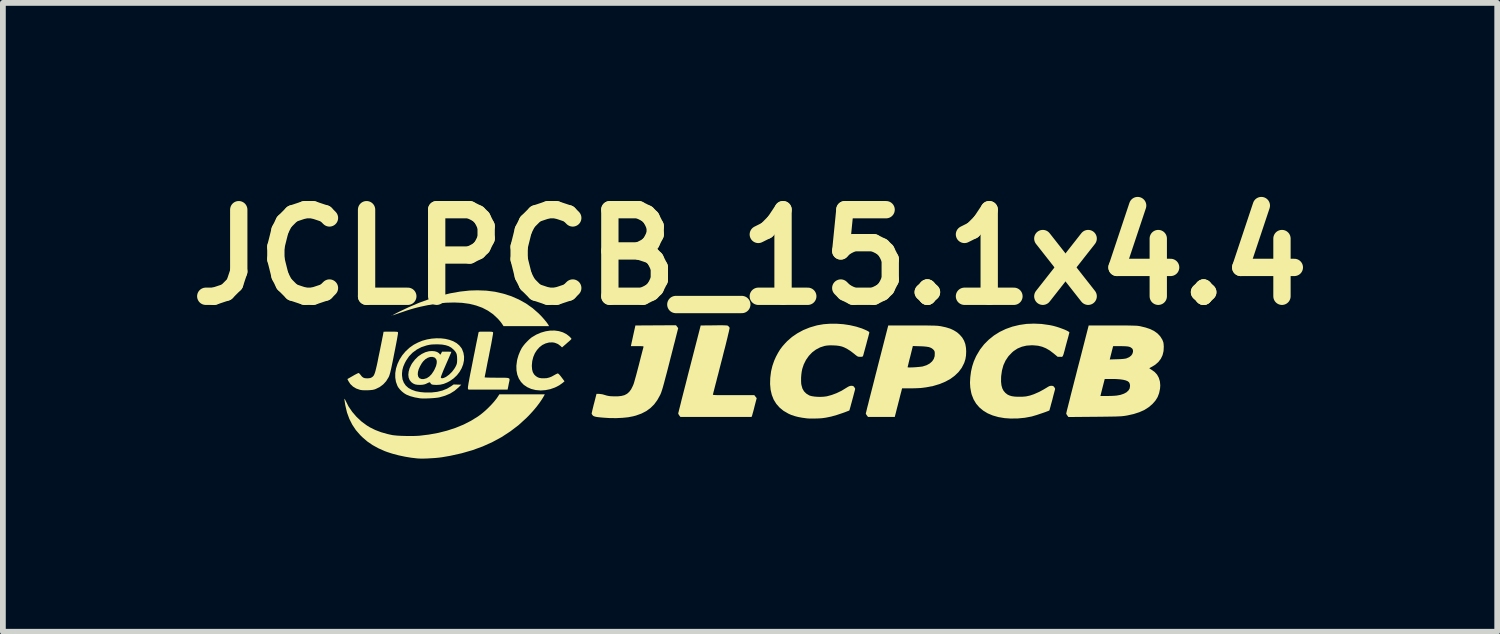
<source format=kicad_pcb>
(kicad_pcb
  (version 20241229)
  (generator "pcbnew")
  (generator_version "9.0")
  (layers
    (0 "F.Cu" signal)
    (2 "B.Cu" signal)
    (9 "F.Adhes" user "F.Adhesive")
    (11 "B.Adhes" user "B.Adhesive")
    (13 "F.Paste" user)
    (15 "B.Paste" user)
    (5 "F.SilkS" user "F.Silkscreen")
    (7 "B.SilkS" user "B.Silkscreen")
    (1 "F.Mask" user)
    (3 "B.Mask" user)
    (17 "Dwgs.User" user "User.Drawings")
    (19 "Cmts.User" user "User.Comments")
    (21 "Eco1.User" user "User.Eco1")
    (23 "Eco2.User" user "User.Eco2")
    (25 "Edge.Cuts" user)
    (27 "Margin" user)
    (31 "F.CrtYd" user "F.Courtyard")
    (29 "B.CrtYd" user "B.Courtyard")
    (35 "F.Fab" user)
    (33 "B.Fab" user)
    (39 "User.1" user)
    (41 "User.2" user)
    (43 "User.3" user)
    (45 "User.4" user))
  (footprint "JCLPCB_15.1x4.4"
    (layer "F.Cu")
    (at 9.943 3.404)
    (property "Reference" "JCLPCB_15.1x4.4" (at 0 -2 0) (layer "F.SilkS") (effects (font (size 1.5 1.5) (thickness 0.3))))
    (attr board_only exclude_from_pos_files exclude_from_bom)
    (fp_poly (pts (xy -6.2 -0.986) (xy -6.204 -0.982) (xy -6.208 -0.986) (xy -6.204 -0.99)) (stroke (width 0) (type solid)) (fill yes) (layer "F.SilkS"))
    (fp_poly (pts (xy -4.567 -1.419) (xy -4.418 -1.4) (xy -4.274 -1.367) (xy -4.136 -1.323) (xy -4.006 -1.266) (xy -3.883 -1.198) (xy -3.768 -1.117) (xy -3.665 -1.027) (xy -3.628 -0.99) (xy -3.59 -0.949) (xy -3.555 -0.908) (xy -3.524 -0.87) (xy -3.501 -0.838) (xy -3.495 -0.828) (xy -3.482 -0.805) (xy -3.876 -0.805) (xy -4.271 -0.805) (xy -4.297 -0.845) (xy -4.315 -0.87) (xy -4.339 -0.899) (xy -4.365 -0.929) (xy -4.374 -0.938) (xy -4.452 -1.011) (xy -4.54 -1.072) (xy -4.638 -1.123) (xy -4.746 -1.162) (xy -4.863 -1.191) (xy -4.989 -1.208) (xy -5.125 -1.214) (xy -5.269 -1.21) (xy -5.423 -1.194) (xy -5.586 -1.167) (xy -5.643 -1.155) (xy -5.704 -1.142) (xy -5.762 -1.128) (xy -5.82 -1.113) (xy -5.879 -1.096) (xy -5.943 -1.076) (xy -6.013 -1.052) (xy -6.093 -1.025) (xy -6.182 -0.994) (xy -6.192 -0.991) (xy -6.189 -0.994) (xy -6.175 -1.003) (xy -6.151 -1.017) (xy -6.117 -1.034) (xy -6.103 -1.042) (xy -5.916 -1.131) (xy -5.731 -1.21) (xy -5.548 -1.276) (xy -5.369 -1.331) (xy -5.193 -1.373) (xy -5.023 -1.403) (xy -4.858 -1.421) (xy -4.722 -1.425)) (stroke (width 0) (type solid)) (fill yes) (layer "F.SilkS"))
    (fp_poly (pts (xy -4.533 -0.709) (xy -4.5 -0.708) (xy -4.477 -0.707) (xy -4.463 -0.704) (xy -4.455 -0.701) (xy -4.452 -0.697) (xy -4.451 -0.687) (xy -4.454 -0.662) (xy -4.461 -0.623) (xy -4.47 -0.57) (xy -4.482 -0.503) (xy -4.498 -0.422) (xy -4.517 -0.328) (xy -4.521 -0.304) (xy -4.536 -0.231) (xy -4.55 -0.163) (xy -4.562 -0.1) (xy -4.573 -0.044) (xy -4.582 0.004) (xy -4.59 0.041) (xy -4.595 0.067) (xy -4.597 0.081) (xy -4.598 0.083) (xy -4.591 0.084) (xy -4.571 0.086) (xy -4.54 0.087) (xy -4.5 0.088) (xy -4.452 0.088) (xy -4.399 0.089) (xy -4.392 0.089) (xy -4.327 0.089) (xy -4.275 0.089) (xy -4.235 0.09) (xy -4.206 0.092) (xy -4.186 0.096) (xy -4.174 0.102) (xy -4.167 0.111) (xy -4.166 0.123) (xy -4.168 0.139) (xy -4.172 0.159) (xy -4.173 0.162) (xy -4.18 0.196) (xy -4.187 0.232) (xy -4.191 0.253) (xy -4.2 0.295) (xy -4.539 0.295) (xy -4.879 0.295) (xy -4.887 0.278) (xy -4.888 0.272) (xy -4.887 0.261) (xy -4.886 0.243) (xy -4.882 0.219) (xy -4.877 0.186) (xy -4.869 0.144) (xy -4.86 0.093) (xy -4.848 0.03) (xy -4.833 -0.044) (xy -4.816 -0.131) (xy -4.801 -0.207) (xy -4.785 -0.289) (xy -4.769 -0.366) (xy -4.755 -0.439) (xy -4.742 -0.504) (xy -4.73 -0.562) (xy -4.72 -0.611) (xy -4.712 -0.65) (xy -4.707 -0.677) (xy -4.704 -0.691) (xy -4.703 -0.692) (xy -4.702 -0.699) (xy -4.698 -0.703) (xy -4.69 -0.706) (xy -4.676 -0.708) (xy -4.653 -0.709) (xy -4.62 -0.709) (xy -4.579 -0.709)) (stroke (width 0) (type solid)) (fill yes) (layer "F.SilkS"))
    (fp_poly (pts (xy -0.468 -0.819) (xy -0.438 -0.818) (xy -0.416 -0.817) (xy -0.401 -0.816) (xy -0.391 -0.814) (xy -0.384 -0.811) (xy -0.379 -0.807) (xy -0.376 -0.804) (xy -0.362 -0.789) (xy -0.354 -0.775) (xy -0.355 -0.766) (xy -0.36 -0.743) (xy -0.367 -0.709) (xy -0.378 -0.665) (xy -0.39 -0.612) (xy -0.405 -0.552) (xy -0.421 -0.486) (xy -0.439 -0.415) (xy -0.448 -0.383) (xy -0.478 -0.262) (xy -0.506 -0.155) (xy -0.53 -0.061) (xy -0.551 0.022) (xy -0.57 0.093) (xy -0.585 0.154) (xy -0.599 0.206) (xy -0.61 0.249) (xy -0.619 0.284) (xy -0.626 0.313) (xy -0.632 0.334) (xy -0.636 0.351) (xy -0.639 0.363) (xy -0.641 0.371) (xy -0.643 0.376) (xy -0.643 0.379) (xy -0.644 0.381) (xy -0.641 0.384) (xy -0.636 0.386) (xy -0.626 0.388) (xy -0.609 0.389) (xy -0.586 0.39) (xy -0.554 0.391) (xy -0.513 0.391) (xy -0.461 0.391) (xy -0.398 0.391) (xy -0.321 0.391) (xy -0.287 0.391) (xy 0.074 0.391) (xy 0.094 0.417) (xy 0.115 0.443) (xy 0.077 0.589) (xy 0.066 0.634) (xy 0.055 0.675) (xy 0.045 0.71) (xy 0.038 0.736) (xy 0.034 0.75) (xy 0.033 0.752) (xy 0.026 0.768) (xy -0.59 0.768) (xy -1.207 0.768) (xy -1.226 0.743) (xy -1.237 0.726) (xy -1.244 0.711) (xy -1.244 0.708) (xy -1.243 0.7) (xy -1.237 0.678) (xy -1.229 0.644) (xy -1.217 0.598) (xy -1.203 0.542) (xy -1.187 0.476) (xy -1.168 0.402) (xy -1.147 0.32) (xy -1.124 0.231) (xy -1.1 0.137) (xy -1.075 0.037) (xy -1.05 -0.059) (xy -0.855 -0.816) (xy -0.624 -0.818) (xy -0.56 -0.819) (xy -0.508 -0.819)) (stroke (width 0) (type solid)) (fill yes) (layer "F.SilkS"))
    (fp_poly (pts (xy -3.311 -0.718) (xy -3.242 -0.697) (xy -3.18 -0.665) (xy -3.131 -0.627) (xy -3.112 -0.608) (xy -3.098 -0.592) (xy -3.093 -0.583) (xy -3.093 -0.583) (xy -3.099 -0.576) (xy -3.114 -0.561) (xy -3.136 -0.541) (xy -3.164 -0.517) (xy -3.176 -0.506) (xy -3.257 -0.436) (xy -3.283 -0.461) (xy -3.329 -0.495) (xy -3.381 -0.516) (xy -3.42 -0.523) (xy -3.482 -0.521) (xy -3.542 -0.505) (xy -3.598 -0.478) (xy -3.648 -0.439) (xy -3.691 -0.391) (xy -3.728 -0.334) (xy -3.755 -0.27) (xy -3.773 -0.2) (xy -3.78 -0.125) (xy -3.78 -0.114) (xy -3.776 -0.057) (xy -3.764 -0.009) (xy -3.742 0.03) (xy -3.719 0.054) (xy -3.689 0.076) (xy -3.656 0.091) (xy -3.616 0.098) (xy -3.575 0.099) (xy -3.526 0.097) (xy -3.482 0.087) (xy -3.438 0.07) (xy -3.391 0.044) (xy -3.366 0.03) (xy -3.345 0.02) (xy -3.331 0.015) (xy -3.329 0.015) (xy -3.319 0.021) (xy -3.301 0.038) (xy -3.278 0.066) (xy -3.265 0.083) (xy -3.214 0.151) (xy -3.243 0.176) (xy -3.307 0.222) (xy -3.38 0.259) (xy -3.46 0.287) (xy -3.543 0.304) (xy -3.627 0.31) (xy -3.709 0.303) (xy -3.713 0.303) (xy -3.792 0.283) (xy -3.861 0.252) (xy -3.92 0.212) (xy -3.968 0.162) (xy -4.006 0.103) (xy -4.032 0.037) (xy -4.046 -0.037) (xy -4.048 -0.118) (xy -4.037 -0.204) (xy -4.032 -0.229) (xy -4.011 -0.301) (xy -3.982 -0.372) (xy -3.954 -0.426) (xy -3.931 -0.459) (xy -3.9 -0.498) (xy -3.864 -0.536) (xy -3.827 -0.573) (xy -3.793 -0.602) (xy -3.778 -0.613) (xy -3.702 -0.658) (xy -3.623 -0.692) (xy -3.542 -0.715) (xy -3.463 -0.727) (xy -3.385 -0.728)) (stroke (width 0) (type solid)) (fill yes) (layer "F.SilkS"))
    (fp_poly (pts (xy -3.568 0.401) (xy -3.603 0.46) (xy -3.648 0.526) (xy -3.701 0.596) (xy -3.762 0.668) (xy -3.828 0.74) (xy -3.879 0.791) (xy -4.011 0.911) (xy -4.153 1.019) (xy -4.303 1.117) (xy -4.462 1.203) (xy -4.63 1.279) (xy -4.808 1.344) (xy -4.996 1.398) (xy -5.194 1.442) (xy -5.339 1.467) (xy -5.394 1.474) (xy -5.457 1.48) (xy -5.522 1.484) (xy -5.589 1.488) (xy -5.652 1.49) (xy -5.708 1.49) (xy -5.754 1.488) (xy -5.765 1.487) (xy -5.87 1.475) (xy -5.978 1.457) (xy -6.086 1.434) (xy -6.189 1.407) (xy -6.283 1.377) (xy -6.329 1.36) (xy -6.439 1.311) (xy -6.537 1.257) (xy -6.627 1.196) (xy -6.71 1.125) (xy -6.751 1.085) (xy -6.828 0.997) (xy -6.891 0.902) (xy -6.942 0.801) (xy -6.982 0.692) (xy -7.01 0.573) (xy -7.013 0.558) (xy -7.02 0.512) (xy -7.025 0.48) (xy -7.026 0.461) (xy -7.025 0.454) (xy -7.02 0.459) (xy -7.012 0.475) (xy -7.006 0.487) (xy -6.956 0.586) (xy -6.892 0.68) (xy -6.817 0.767) (xy -6.733 0.846) (xy -6.64 0.915) (xy -6.585 0.949) (xy -6.494 0.994) (xy -6.392 1.033) (xy -6.283 1.064) (xy -6.197 1.083) (xy -6.156 1.088) (xy -6.103 1.093) (xy -6.042 1.096) (xy -5.976 1.098) (xy -5.908 1.099) (xy -5.841 1.099) (xy -5.779 1.097) (xy -5.726 1.094) (xy -5.562 1.074) (xy -5.403 1.045) (xy -5.249 1.006) (xy -5.102 0.958) (xy -4.963 0.901) (xy -4.834 0.835) (xy -4.716 0.762) (xy -4.675 0.733) (xy -4.613 0.683) (xy -4.55 0.626) (xy -4.49 0.566) (xy -4.435 0.505) (xy -4.389 0.447) (xy -4.364 0.41) (xy -4.343 0.377) (xy -3.949 0.377) (xy -3.556 0.377)) (stroke (width 0) (type solid)) (fill yes) (layer "F.SilkS"))
    (fp_poly (pts (xy -6.181 -0.709) (xy -6.147 -0.708) (xy -6.125 -0.707) (xy -6.11 -0.705) (xy -6.102 -0.701) (xy -6.099 -0.697) (xy -6.098 -0.687) (xy -6.101 -0.662) (xy -6.108 -0.622) (xy -6.117 -0.569) (xy -6.13 -0.501) (xy -6.146 -0.418) (xy -6.164 -0.329) (xy -6.18 -0.247) (xy -6.194 -0.178) (xy -6.206 -0.12) (xy -6.216 -0.073) (xy -6.225 -0.035) (xy -6.232 -0.004) (xy -6.239 0.02) (xy -6.245 0.04) (xy -6.251 0.057) (xy -6.257 0.072) (xy -6.264 0.085) (xy -6.304 0.15) (xy -6.355 0.205) (xy -6.416 0.251) (xy -6.486 0.285) (xy -6.509 0.293) (xy -6.54 0.3) (xy -6.581 0.304) (xy -6.628 0.307) (xy -6.675 0.307) (xy -6.718 0.305) (xy -6.752 0.3) (xy -6.757 0.299) (xy -6.823 0.276) (xy -6.879 0.242) (xy -6.925 0.198) (xy -6.958 0.147) (xy -6.975 0.112) (xy -6.884 0.06) (xy -6.851 0.041) (xy -6.821 0.025) (xy -6.798 0.014) (xy -6.784 0.008) (xy -6.782 0.007) (xy -6.771 0.013) (xy -6.757 0.028) (xy -6.748 0.039) (xy -6.724 0.069) (xy -6.701 0.087) (xy -6.673 0.097) (xy -6.636 0.1) (xy -6.633 0.1) (xy -6.6 0.098) (xy -6.577 0.094) (xy -6.557 0.085) (xy -6.554 0.083) (xy -6.542 0.075) (xy -6.532 0.066) (xy -6.522 0.055) (xy -6.513 0.04) (xy -6.505 0.021) (xy -6.496 -0.004) (xy -6.487 -0.036) (xy -6.477 -0.077) (xy -6.465 -0.127) (xy -6.452 -0.187) (xy -6.438 -0.26) (xy -6.42 -0.346) (xy -6.418 -0.355) (xy -6.404 -0.425) (xy -6.391 -0.49) (xy -6.379 -0.549) (xy -6.369 -0.601) (xy -6.36 -0.644) (xy -6.354 -0.677) (xy -6.35 -0.698) (xy -6.348 -0.707) (xy -6.348 -0.707) (xy -6.341 -0.707) (xy -6.322 -0.708) (xy -6.293 -0.709) (xy -6.256 -0.709) (xy -6.227 -0.709)) (stroke (width 0) (type solid)) (fill yes) (layer "F.SilkS"))
    (fp_poly (pts (xy -1.264 -0.795) (xy -1.245 -0.769) (xy -1.288 -0.601) (xy -1.303 -0.54) (xy -1.321 -0.473) (xy -1.338 -0.404) (xy -1.355 -0.339) (xy -1.369 -0.283) (xy -1.37 -0.281) (xy -1.397 -0.174) (xy -1.421 -0.08) (xy -1.442 0.001) (xy -1.461 0.072) (xy -1.477 0.132) (xy -1.49 0.182) (xy -1.502 0.225) (xy -1.512 0.261) (xy -1.521 0.29) (xy -1.529 0.315) (xy -1.536 0.335) (xy -1.542 0.353) (xy -1.549 0.369) (xy -1.555 0.383) (xy -1.558 0.389) (xy -1.606 0.476) (xy -1.661 0.551) (xy -1.726 0.615) (xy -1.799 0.668) (xy -1.883 0.711) (xy -1.978 0.745) (xy -2.024 0.757) (xy -2.111 0.774) (xy -2.21 0.784) (xy -2.318 0.789) (xy -2.433 0.788) (xy -2.528 0.782) (xy -2.587 0.777) (xy -2.634 0.772) (xy -2.668 0.767) (xy -2.694 0.76) (xy -2.712 0.753) (xy -2.724 0.743) (xy -2.727 0.74) (xy -2.738 0.724) (xy -2.744 0.71) (xy -2.744 0.709) (xy -2.742 0.699) (xy -2.737 0.677) (xy -2.73 0.645) (xy -2.72 0.605) (xy -2.709 0.559) (xy -2.702 0.534) (xy -2.66 0.369) (xy -2.615 0.369) (xy -2.559 0.376) (xy -2.514 0.389) (xy -2.485 0.398) (xy -2.456 0.404) (xy -2.422 0.409) (xy -2.379 0.411) (xy -2.369 0.412) (xy -2.293 0.412) (xy -2.229 0.405) (xy -2.175 0.391) (xy -2.13 0.367) (xy -2.093 0.334) (xy -2.06 0.29) (xy -2.032 0.234) (xy -2.016 0.196) (xy -2.011 0.179) (xy -2.002 0.149) (xy -1.991 0.109) (xy -1.977 0.06) (xy -1.962 0.004) (xy -1.946 -0.057) (xy -1.929 -0.122) (xy -1.924 -0.141) (xy -1.908 -0.204) (xy -1.893 -0.264) (xy -1.879 -0.317) (xy -1.867 -0.364) (xy -1.857 -0.401) (xy -1.85 -0.428) (xy -1.846 -0.443) (xy -1.846 -0.445) (xy -1.845 -0.45) (xy -1.849 -0.453) (xy -1.858 -0.456) (xy -1.876 -0.457) (xy -1.904 -0.458) (xy -1.944 -0.458) (xy -1.953 -0.458) (xy -2.064 -0.458) (xy -2.06 -0.479) (xy -2.057 -0.492) (xy -2.052 -0.517) (xy -2.044 -0.552) (xy -2.035 -0.594) (xy -2.025 -0.641) (xy -2.021 -0.658) (xy -1.986 -0.816) (xy -1.635 -0.818) (xy -1.283 -0.82)) (stroke (width 0) (type solid)) (fill yes) (layer "F.SilkS"))
    (fp_poly (pts (xy 2.902 -0.816) (xy 2.979 -0.816) (xy 3.045 -0.816) (xy 3.1 -0.815) (xy 3.145 -0.814) (xy 3.183 -0.814) (xy 3.214 -0.812) (xy 3.24 -0.811) (xy 3.261 -0.809) (xy 3.281 -0.806) (xy 3.299 -0.804) (xy 3.305 -0.803) (xy 3.392 -0.784) (xy 3.467 -0.761) (xy 3.531 -0.731) (xy 3.587 -0.696) (xy 3.631 -0.657) (xy 3.675 -0.607) (xy 3.707 -0.553) (xy 3.729 -0.494) (xy 3.741 -0.426) (xy 3.744 -0.366) (xy 3.741 -0.296) (xy 3.731 -0.234) (xy 3.713 -0.176) (xy 3.706 -0.159) (xy 3.666 -0.081) (xy 3.613 -0.011) (xy 3.547 0.053) (xy 3.47 0.11) (xy 3.382 0.158) (xy 3.283 0.199) (xy 3.173 0.232) (xy 3.054 0.255) (xy 2.979 0.265) (xy 2.947 0.268) (xy 2.904 0.27) (xy 2.856 0.272) (xy 2.805 0.273) (xy 2.77 0.273) (xy 2.634 0.273) (xy 2.626 0.301) (xy 2.623 0.315) (xy 2.616 0.342) (xy 2.606 0.379) (xy 2.595 0.423) (xy 2.583 0.472) (xy 2.57 0.521) (xy 2.557 0.573) (xy 2.544 0.622) (xy 2.533 0.666) (xy 2.524 0.702) (xy 2.517 0.728) (xy 2.514 0.74) (xy 2.507 0.768) (xy 2.275 0.768) (xy 2.043 0.768) (xy 2.024 0.743) (xy 2.012 0.726) (xy 2.006 0.711) (xy 2.005 0.708) (xy 2.007 0.7) (xy 2.013 0.678) (xy 2.021 0.644) (xy 2.032 0.598) (xy 2.047 0.542) (xy 2.063 0.476) (xy 2.082 0.402) (xy 2.103 0.32) (xy 2.126 0.231) (xy 2.15 0.137) (xy 2.175 0.037) (xy 2.2 -0.059) (xy 2.208 -0.092) (xy 2.729 -0.092) (xy 2.736 -0.09) (xy 2.755 -0.089) (xy 2.783 -0.089) (xy 2.817 -0.09) (xy 2.855 -0.092) (xy 2.894 -0.095) (xy 2.93 -0.098) (xy 2.962 -0.102) (xy 2.987 -0.105) (xy 2.994 -0.107) (xy 3.059 -0.128) (xy 3.112 -0.157) (xy 3.153 -0.193) (xy 3.182 -0.235) (xy 3.198 -0.284) (xy 3.2 -0.338) (xy 3.2 -0.342) (xy 3.196 -0.368) (xy 3.186 -0.386) (xy 3.17 -0.403) (xy 3.149 -0.42) (xy 3.125 -0.432) (xy 3.096 -0.442) (xy 3.059 -0.448) (xy 3.012 -0.453) (xy 2.953 -0.456) (xy 2.943 -0.456) (xy 2.82 -0.46) (xy 2.775 -0.278) (xy 2.762 -0.229) (xy 2.751 -0.184) (xy 2.742 -0.146) (xy 2.735 -0.116) (xy 2.73 -0.098) (xy 2.729 -0.092) (xy 2.208 -0.092) (xy 2.394 -0.816) (xy 2.811 -0.816)) (stroke (width 0) (type solid)) (fill yes) (layer "F.SilkS"))
    (fp_poly (pts (xy 5.051 -0.842) (xy 5.186 -0.823) (xy 5.207 -0.819) (xy 5.253 -0.809) (xy 5.301 -0.796) (xy 5.349 -0.781) (xy 5.396 -0.764) (xy 5.439 -0.748) (xy 5.476 -0.732) (xy 5.505 -0.717) (xy 5.524 -0.705) (xy 5.532 -0.695) (xy 5.532 -0.692) (xy 5.529 -0.683) (xy 5.523 -0.661) (xy 5.515 -0.629) (xy 5.504 -0.589) (xy 5.491 -0.543) (xy 5.48 -0.502) (xy 5.463 -0.439) (xy 5.45 -0.388) (xy 5.439 -0.349) (xy 5.431 -0.32) (xy 5.423 -0.299) (xy 5.417 -0.285) (xy 5.41 -0.277) (xy 5.403 -0.273) (xy 5.395 -0.272) (xy 5.385 -0.273) (xy 5.373 -0.273) (xy 5.329 -0.273) (xy 5.258 -0.332) (xy 5.191 -0.383) (xy 5.125 -0.421) (xy 5.059 -0.448) (xy 4.989 -0.465) (xy 4.912 -0.472) (xy 4.879 -0.473) (xy 4.79 -0.467) (xy 4.709 -0.448) (xy 4.634 -0.417) (xy 4.567 -0.373) (xy 4.539 -0.349) (xy 4.477 -0.284) (xy 4.427 -0.21) (xy 4.389 -0.128) (xy 4.364 -0.037) (xy 4.35 0.061) (xy 4.349 0.083) (xy 4.348 0.158) (xy 4.355 0.221) (xy 4.37 0.274) (xy 4.393 0.318) (xy 4.424 0.353) (xy 4.429 0.357) (xy 4.46 0.381) (xy 4.494 0.397) (xy 4.534 0.409) (xy 4.583 0.416) (xy 4.634 0.419) (xy 4.711 0.419) (xy 4.781 0.413) (xy 4.849 0.398) (xy 4.917 0.375) (xy 4.99 0.343) (xy 5.005 0.336) (xy 5.043 0.316) (xy 5.082 0.295) (xy 5.117 0.274) (xy 5.136 0.263) (xy 5.165 0.245) (xy 5.187 0.234) (xy 5.206 0.23) (xy 5.219 0.229) (xy 5.242 0.231) (xy 5.257 0.238) (xy 5.268 0.251) (xy 5.279 0.267) (xy 5.284 0.28) (xy 5.285 0.281) (xy 5.283 0.29) (xy 5.278 0.31) (xy 5.27 0.34) (xy 5.26 0.377) (xy 5.249 0.419) (xy 5.238 0.464) (xy 5.226 0.508) (xy 5.214 0.551) (xy 5.204 0.59) (xy 5.195 0.621) (xy 5.189 0.644) (xy 5.185 0.655) (xy 5.185 0.656) (xy 5.176 0.661) (xy 5.155 0.669) (xy 5.126 0.68) (xy 5.09 0.693) (xy 5.049 0.707) (xy 5.007 0.721) (xy 4.966 0.735) (xy 4.928 0.746) (xy 4.895 0.756) (xy 4.877 0.761) (xy 4.759 0.783) (xy 4.636 0.795) (xy 4.51 0.796) (xy 4.409 0.789) (xy 4.302 0.771) (xy 4.204 0.743) (xy 4.116 0.706) (xy 4.039 0.659) (xy 3.972 0.603) (xy 3.916 0.538) (xy 3.872 0.464) (xy 3.84 0.383) (xy 3.83 0.344) (xy 3.815 0.26) (xy 3.81 0.174) (xy 3.815 0.081) (xy 3.828 -0.018) (xy 3.848 -0.107) (xy 3.876 -0.193) (xy 3.914 -0.279) (xy 3.924 -0.298) (xy 3.984 -0.399) (xy 4.055 -0.49) (xy 4.136 -0.571) (xy 4.226 -0.643) (xy 4.325 -0.705) (xy 4.432 -0.756) (xy 4.545 -0.796) (xy 4.665 -0.825) (xy 4.789 -0.843) (xy 4.918 -0.848)) (stroke (width 0) (type solid)) (fill yes) (layer "F.SilkS"))
    (fp_poly (pts (xy 6.279 -0.816) (xy 6.369 -0.816) (xy 6.446 -0.816) (xy 6.511 -0.816) (xy 6.566 -0.815) (xy 6.61 -0.814) (xy 6.647 -0.813) (xy 6.677 -0.812) (xy 6.701 -0.811) (xy 6.721 -0.809) (xy 6.739 -0.806) (xy 6.755 -0.804) (xy 6.758 -0.803) (xy 6.853 -0.78) (xy 6.935 -0.752) (xy 7.004 -0.717) (xy 7.06 -0.676) (xy 7.105 -0.628) (xy 7.139 -0.574) (xy 7.141 -0.571) (xy 7.152 -0.544) (xy 7.16 -0.521) (xy 7.164 -0.496) (xy 7.166 -0.463) (xy 7.167 -0.449) (xy 7.163 -0.372) (xy 7.146 -0.302) (xy 7.116 -0.239) (xy 7.073 -0.183) (xy 7.018 -0.135) (xy 6.964 -0.102) (xy 6.941 -0.09) (xy 6.924 -0.08) (xy 6.917 -0.074) (xy 6.917 -0.074) (xy 6.923 -0.069) (xy 6.938 -0.059) (xy 6.953 -0.05) (xy 7.008 -0.011) (xy 7.051 0.036) (xy 7.081 0.091) (xy 7.1 0.154) (xy 7.106 0.223) (xy 7.102 0.28) (xy 7.086 0.357) (xy 7.06 0.425) (xy 7.022 0.486) (xy 6.972 0.543) (xy 6.907 0.599) (xy 6.832 0.647) (xy 6.745 0.686) (xy 6.646 0.718) (xy 6.534 0.743) (xy 6.486 0.751) (xy 6.465 0.753) (xy 6.441 0.756) (xy 6.412 0.758) (xy 6.377 0.759) (xy 6.335 0.761) (xy 6.284 0.762) (xy 6.224 0.763) (xy 6.153 0.764) (xy 6.07 0.765) (xy 5.974 0.766) (xy 5.959 0.766) (xy 5.515 0.77) (xy 5.496 0.744) (xy 5.484 0.726) (xy 5.477 0.712) (xy 5.477 0.708) (xy 5.479 0.7) (xy 5.484 0.678) (xy 5.492 0.644) (xy 5.504 0.598) (xy 5.518 0.542) (xy 5.535 0.476) (xy 5.552 0.406) (xy 6.069 0.406) (xy 6.181 0.406) (xy 6.226 0.405) (xy 6.27 0.404) (xy 6.311 0.402) (xy 6.342 0.399) (xy 6.348 0.399) (xy 6.418 0.386) (xy 6.476 0.366) (xy 6.522 0.341) (xy 6.555 0.31) (xy 6.576 0.275) (xy 6.582 0.234) (xy 6.582 0.219) (xy 6.577 0.194) (xy 6.568 0.174) (xy 6.564 0.168) (xy 6.542 0.15) (xy 6.509 0.136) (xy 6.465 0.125) (xy 6.409 0.117) (xy 6.34 0.112) (xy 6.257 0.111) (xy 6.252 0.111) (xy 6.144 0.111) (xy 6.106 0.259) (xy 6.069 0.406) (xy 5.552 0.406) (xy 5.553 0.402) (xy 5.574 0.32) (xy 5.597 0.231) (xy 5.621 0.137) (xy 5.647 0.037) (xy 5.671 -0.059) (xy 5.715 -0.227) (xy 6.231 -0.227) (xy 6.358 -0.231) (xy 6.42 -0.233) (xy 6.468 -0.237) (xy 6.503 -0.242) (xy 6.52 -0.246) (xy 6.568 -0.267) (xy 6.602 -0.294) (xy 6.622 -0.322) (xy 6.634 -0.359) (xy 6.633 -0.392) (xy 6.619 -0.418) (xy 6.591 -0.438) (xy 6.568 -0.447) (xy 6.545 -0.452) (xy 6.513 -0.455) (xy 6.471 -0.457) (xy 6.416 -0.458) (xy 6.41 -0.458) (xy 6.29 -0.458) (xy 6.282 -0.43) (xy 6.278 -0.412) (xy 6.27 -0.384) (xy 6.262 -0.349) (xy 6.253 -0.315) (xy 6.231 -0.227) (xy 5.715 -0.227) (xy 5.866 -0.816)) (stroke (width 0) (type solid)) (fill yes) (layer "F.SilkS"))
    (fp_poly (pts (xy 1.5 -0.846) (xy 1.616 -0.838) (xy 1.729 -0.821) (xy 1.838 -0.796) (xy 1.939 -0.764) (xy 2.02 -0.729) (xy 2.046 -0.715) (xy 2.06 -0.705) (xy 2.066 -0.696) (xy 2.066 -0.691) (xy 2.063 -0.679) (xy 2.057 -0.656) (xy 2.049 -0.624) (xy 2.038 -0.584) (xy 2.026 -0.54) (xy 2.014 -0.493) (xy 2.001 -0.446) (xy 1.989 -0.402) (xy 1.978 -0.362) (xy 1.969 -0.329) (xy 1.963 -0.306) (xy 1.96 -0.297) (xy 1.955 -0.284) (xy 1.948 -0.277) (xy 1.935 -0.274) (xy 1.913 -0.273) (xy 1.908 -0.273) (xy 1.888 -0.274) (xy 1.873 -0.276) (xy 1.859 -0.282) (xy 1.843 -0.293) (xy 1.82 -0.311) (xy 1.807 -0.322) (xy 1.749 -0.367) (xy 1.689 -0.406) (xy 1.631 -0.436) (xy 1.592 -0.451) (xy 1.549 -0.461) (xy 1.497 -0.468) (xy 1.441 -0.471) (xy 1.383 -0.472) (xy 1.331 -0.468) (xy 1.293 -0.462) (xy 1.215 -0.437) (xy 1.142 -0.399) (xy 1.076 -0.35) (xy 1.018 -0.289) (xy 0.969 -0.219) (xy 0.93 -0.141) (xy 0.904 -0.063) (xy 0.895 -0.017) (xy 0.888 0.035) (xy 0.884 0.091) (xy 0.884 0.144) (xy 0.886 0.191) (xy 0.89 0.215) (xy 0.907 0.276) (xy 0.935 0.325) (xy 0.974 0.364) (xy 1.023 0.394) (xy 1.037 0.4) (xy 1.072 0.409) (xy 1.117 0.416) (xy 1.169 0.42) (xy 1.223 0.421) (xy 1.277 0.418) (xy 1.325 0.412) (xy 1.334 0.41) (xy 1.415 0.388) (xy 1.5 0.356) (xy 1.587 0.314) (xy 1.67 0.263) (xy 1.7 0.245) (xy 1.722 0.235) (xy 1.741 0.23) (xy 1.755 0.229) (xy 1.778 0.231) (xy 1.793 0.238) (xy 1.804 0.251) (xy 1.815 0.268) (xy 1.821 0.281) (xy 1.821 0.282) (xy 1.819 0.291) (xy 1.814 0.312) (xy 1.806 0.342) (xy 1.796 0.38) (xy 1.785 0.422) (xy 1.773 0.466) (xy 1.761 0.511) (xy 1.749 0.554) (xy 1.739 0.592) (xy 1.73 0.623) (xy 1.724 0.645) (xy 1.72 0.656) (xy 1.72 0.656) (xy 1.713 0.66) (xy 1.694 0.667) (xy 1.666 0.678) (xy 1.632 0.691) (xy 1.609 0.699) (xy 1.505 0.734) (xy 1.406 0.762) (xy 1.314 0.781) (xy 1.25 0.79) (xy 1.212 0.793) (xy 1.167 0.795) (xy 1.118 0.796) (xy 1.07 0.796) (xy 1.026 0.796) (xy 0.992 0.794) (xy 0.982 0.793) (xy 0.901 0.782) (xy 0.832 0.769) (xy 0.771 0.753) (xy 0.717 0.735) (xy 0.665 0.712) (xy 0.66 0.709) (xy 0.579 0.662) (xy 0.511 0.606) (xy 0.454 0.541) (xy 0.409 0.468) (xy 0.377 0.387) (xy 0.356 0.297) (xy 0.347 0.198) (xy 0.35 0.09) (xy 0.351 0.084) (xy 0.364 -0.02) (xy 0.387 -0.116) (xy 0.419 -0.208) (xy 0.45 -0.277) (xy 0.486 -0.344) (xy 0.521 -0.401) (xy 0.561 -0.454) (xy 0.607 -0.506) (xy 0.642 -0.543) (xy 0.725 -0.616) (xy 0.819 -0.68) (xy 0.922 -0.736) (xy 1.033 -0.781) (xy 1.149 -0.815) (xy 1.17 -0.82) (xy 1.275 -0.838) (xy 1.386 -0.846)) (stroke (width 0) (type solid)) (fill yes) (layer "F.SilkS"))
    (fp_poly (pts (xy -5.355 -0.593) (xy -5.279 -0.584) (xy -5.208 -0.567) (xy -5.142 -0.543) (xy -5.085 -0.511) (xy -5.037 -0.471) (xy -4.999 -0.424) (xy -4.989 -0.406) (xy -4.965 -0.343) (xy -4.954 -0.277) (xy -4.956 -0.209) (xy -4.97 -0.142) (xy -4.996 -0.075) (xy -5.032 -0.012) (xy -5.078 0.047) (xy -5.134 0.1) (xy -5.199 0.146) (xy -5.244 0.17) (xy -5.307 0.196) (xy -5.369 0.21) (xy -5.435 0.214) (xy -5.454 0.213) (xy -5.486 0.211) (xy -5.506 0.208) (xy -5.518 0.203) (xy -5.528 0.195) (xy -5.528 0.194) (xy -5.539 0.179) (xy -5.544 0.169) (xy -5.552 0.169) (xy -5.569 0.174) (xy -5.592 0.184) (xy -5.595 0.186) (xy -5.623 0.199) (xy -5.647 0.206) (xy -5.676 0.211) (xy -5.708 0.213) (xy -5.759 0.212) (xy -5.801 0.205) (xy -5.837 0.189) (xy -5.869 0.165) (xy -5.897 0.13) (xy -5.914 0.087) (xy -5.92 0.037) (xy -5.919 0.031) (xy -5.756 0.031) (xy -5.75 0.065) (xy -5.734 0.091) (xy -5.725 0.099) (xy -5.691 0.112) (xy -5.651 0.112) (xy -5.606 0.099) (xy -5.597 0.095) (xy -5.556 0.068) (xy -5.517 0.028) (xy -5.482 -0.024) (xy -5.465 -0.055) (xy -5.44 -0.112) (xy -5.428 -0.161) (xy -5.427 -0.201) (xy -5.438 -0.233) (xy -5.46 -0.257) (xy -5.469 -0.262) (xy -5.504 -0.272) (xy -5.543 -0.27) (xy -5.584 -0.256) (xy -5.623 -0.232) (xy -5.66 -0.197) (xy -5.686 -0.163) (xy -5.717 -0.109) (xy -5.74 -0.058) (xy -5.753 -0.011) (xy -5.756 0.031) (xy -5.919 0.031) (xy -5.914 -0.017) (xy -5.898 -0.074) (xy -5.87 -0.134) (xy -5.852 -0.164) (xy -5.804 -0.226) (xy -5.749 -0.28) (xy -5.688 -0.322) (xy -5.624 -0.353) (xy -5.56 -0.37) (xy -5.509 -0.373) (xy -5.462 -0.369) (xy -5.422 -0.357) (xy -5.391 -0.338) (xy -5.378 -0.324) (xy -5.37 -0.313) (xy -5.364 -0.312) (xy -5.357 -0.321) (xy -5.348 -0.338) (xy -5.336 -0.362) (xy -5.255 -0.362) (xy -5.222 -0.362) (xy -5.196 -0.361) (xy -5.179 -0.36) (xy -5.174 -0.359) (xy -5.177 -0.352) (xy -5.184 -0.333) (xy -5.196 -0.306) (xy -5.21 -0.273) (xy -5.215 -0.261) (xy -5.233 -0.22) (xy -5.255 -0.17) (xy -5.278 -0.117) (xy -5.3 -0.066) (xy -5.308 -0.048) (xy -5.324 -0.008) (xy -5.338 0.027) (xy -5.349 0.056) (xy -5.356 0.077) (xy -5.357 0.085) (xy -5.349 0.096) (xy -5.332 0.099) (xy -5.306 0.093) (xy -5.275 0.079) (xy -5.264 0.073) (xy -5.212 0.035) (xy -5.163 -0.013) (xy -5.123 -0.066) (xy -5.102 -0.101) (xy -5.089 -0.128) (xy -5.081 -0.149) (xy -5.077 -0.169) (xy -5.075 -0.193) (xy -5.074 -0.226) (xy -5.074 -0.232) (xy -5.076 -0.278) (xy -5.081 -0.314) (xy -5.092 -0.343) (xy -5.111 -0.371) (xy -5.137 -0.399) (xy -5.176 -0.432) (xy -5.22 -0.457) (xy -5.272 -0.474) (xy -5.333 -0.485) (xy -5.406 -0.489) (xy -5.432 -0.489) (xy -5.48 -0.488) (xy -5.519 -0.486) (xy -5.553 -0.481) (xy -5.587 -0.474) (xy -5.604 -0.47) (xy -5.694 -0.44) (xy -5.774 -0.398) (xy -5.846 -0.345) (xy -5.907 -0.282) (xy -5.958 -0.207) (xy -5.982 -0.162) (xy -6.008 -0.101) (xy -6.023 -0.044) (xy -6.029 0.011) (xy -6.029 0.051) (xy -6.02 0.118) (xy -5.998 0.175) (xy -5.964 0.225) (xy -5.918 0.266) (xy -5.86 0.298) (xy -5.79 0.323) (xy -5.708 0.338) (xy -5.631 0.345) (xy -5.522 0.345) (xy -5.422 0.334) (xy -5.331 0.312) (xy -5.249 0.279) (xy -5.179 0.237) (xy -5.135 0.206) (xy -5.069 0.208) (xy -5.003 0.21) (xy -5.051 0.258) (xy -5.119 0.316) (xy -5.196 0.364) (xy -5.283 0.401) (xy -5.38 0.429) (xy -5.409 0.434) (xy -5.45 0.439) (xy -5.497 0.443) (xy -5.548 0.446) (xy -5.599 0.448) (xy -5.646 0.449) (xy -5.687 0.448) (xy -5.716 0.446) (xy -5.717 0.446) (xy -5.808 0.43) (xy -5.886 0.409) (xy -5.953 0.382) (xy -5.96 0.378) (xy -5.994 0.357) (xy -6.03 0.328) (xy -6.064 0.294) (xy -6.092 0.259) (xy -6.108 0.232) (xy -6.134 0.161) (xy -6.146 0.086) (xy -6.146 0.009) (xy -6.133 -0.07) (xy -6.108 -0.148) (xy -6.072 -0.225) (xy -6.025 -0.299) (xy -5.968 -0.367) (xy -5.9 -0.43) (xy -5.891 -0.437) (xy -5.825 -0.483) (xy -5.752 -0.521) (xy -5.676 -0.552) (xy -5.596 -0.574) (xy -5.515 -0.588) (xy -5.434 -0.594)) (stroke (width 0) (type solid)) (fill yes) (layer "F.SilkS")))
  (gr_rect
    (start -3 -3)
    (end 22.886 7.894)
    (stroke (width 0.1) (type default))
    (fill no)
    (layer "Edge.Cuts")))
</source>
